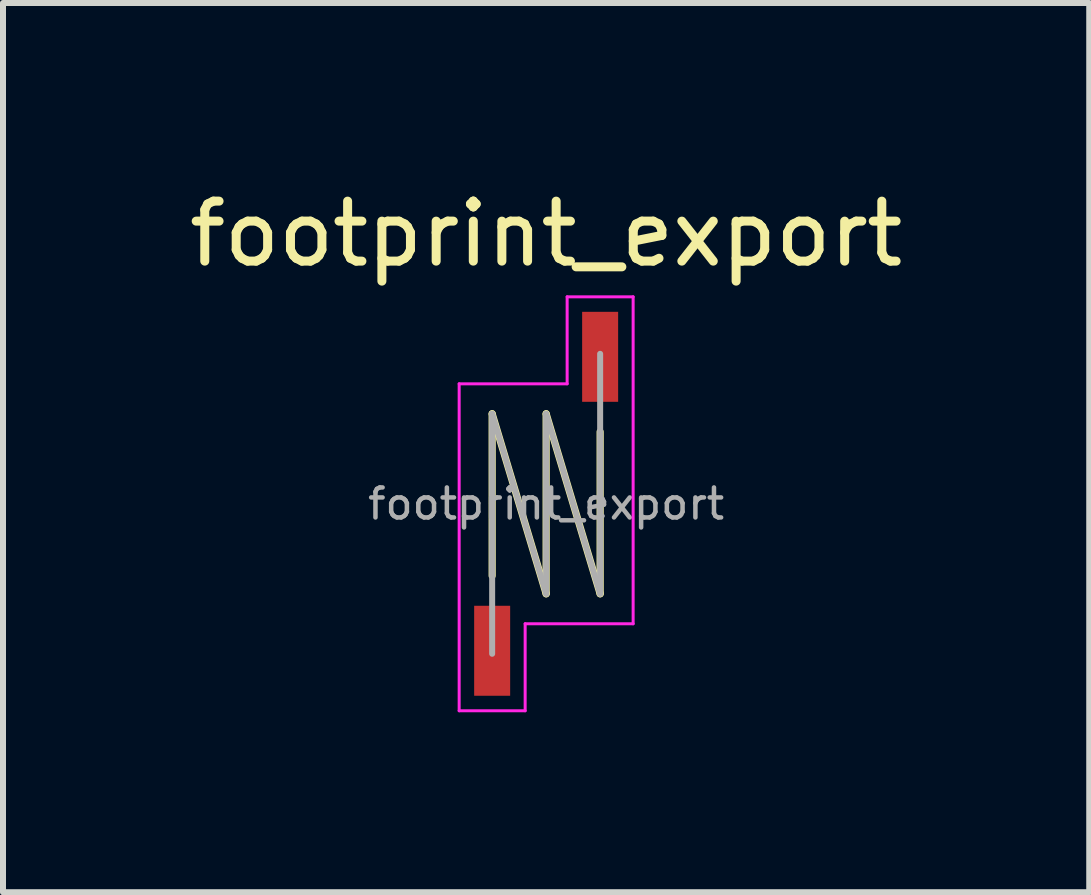
<source format=kicad_pcb>
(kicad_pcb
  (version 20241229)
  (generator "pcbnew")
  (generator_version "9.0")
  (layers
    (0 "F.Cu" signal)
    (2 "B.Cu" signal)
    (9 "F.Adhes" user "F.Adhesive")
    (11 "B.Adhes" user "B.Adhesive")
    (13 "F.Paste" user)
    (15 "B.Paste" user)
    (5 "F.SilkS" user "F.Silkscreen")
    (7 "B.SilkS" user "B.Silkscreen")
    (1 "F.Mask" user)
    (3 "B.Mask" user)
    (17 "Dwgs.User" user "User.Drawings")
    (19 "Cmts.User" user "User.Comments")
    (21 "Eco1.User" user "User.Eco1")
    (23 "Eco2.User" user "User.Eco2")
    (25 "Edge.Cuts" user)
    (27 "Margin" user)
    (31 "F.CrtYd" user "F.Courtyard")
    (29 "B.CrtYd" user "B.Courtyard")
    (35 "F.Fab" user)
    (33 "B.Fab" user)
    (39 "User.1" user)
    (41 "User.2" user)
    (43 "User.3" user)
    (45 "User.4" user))
  (footprint "footprint_export"
    (layer "F.Cu")
    (at 6.054 5.348)
    (property "Reference" "footprint_export" (at 0 -4.5 0) (layer "F.SilkS") (effects (font (size 1 1) (thickness 0.15))))
    (attr smd)
    (fp_line (start -0.9 -1.5) (end 0 1.5) (stroke (width 0.12) (type solid)) (layer "F.SilkS"))
    (fp_line (start -0.9 1.2) (end -0.9 -1.5) (stroke (width 0.12) (type solid)) (layer "F.SilkS"))
    (fp_line (start 0 -1.5) (end 0.9 1.5) (stroke (width 0.12) (type solid)) (layer "F.SilkS"))
    (fp_line (start 0 1.5) (end 0 -1.5) (stroke (width 0.12) (type solid)) (layer "F.SilkS"))
    (fp_line (start 0.9 -1.2) (end 0.9 1.5) (stroke (width 0.12) (type solid)) (layer "F.SilkS"))
    (fp_line (start -1.45 -2) (end -1.45 3.45) (stroke (width 0.05) (type solid)) (layer "F.CrtYd"))
    (fp_line (start -1.45 3.45) (end -0.35 3.45) (stroke (width 0.05) (type solid)) (layer "F.CrtYd"))
    (fp_line (start -0.35 2) (end 1.45 2) (stroke (width 0.05) (type solid)) (layer "F.CrtYd"))
    (fp_line (start -0.35 3.45) (end -0.35 2) (stroke (width 0.05) (type solid)) (layer "F.CrtYd"))
    (fp_line (start 0.35 -3.45) (end 0.35 -2) (stroke (width 0.05) (type solid)) (layer "F.CrtYd"))
    (fp_line (start 0.35 -2) (end -1.45 -2) (stroke (width 0.05) (type solid)) (layer "F.CrtYd"))
    (fp_line (start 1.45 -3.45) (end 0.35 -3.45) (stroke (width 0.05) (type solid)) (layer "F.CrtYd"))
    (fp_line (start 1.45 2) (end 1.45 -3.45) (stroke (width 0.05) (type solid)) (layer "F.CrtYd"))
    (fp_line (start -0.9 -1.5) (end 0 1.5) (stroke (width 0.1) (type solid)) (layer "F.Fab"))
    (fp_line (start -0.9 2.5) (end -0.9 -1.5) (stroke (width 0.1) (type solid)) (layer "F.Fab"))
    (fp_line (start 0 -1.5) (end 0.9 1.5) (stroke (width 0.1) (type solid)) (layer "F.Fab"))
    (fp_line (start 0 1.5) (end 0 -1.5) (stroke (width 0.1) (type solid)) (layer "F.Fab"))
    (fp_line (start 0.9 1.5) (end 0.9 -2.5) (stroke (width 0.1) (type solid)) (layer "F.Fab"))
    (fp_text user "${REFERENCE}" (at 0 0 0) (layer "F.Fab") (effects (font (size 0.5 0.5) (thickness 0.075))))
    (pad "1" smd rect (at -0.9 2.45) (size 0.6 1.5) (layers "F.Cu" "F.Mask" "F.Paste"))
    (pad "2" smd rect (at 0.9 -2.45) (size 0.6 1.5) (layers "F.Cu" "F.Mask" "F.Paste")))
  (gr_rect
    (start -3 -3)
    (end 15.107 11.823)
    (stroke (width 0.1) (type default))
    (fill no)
    (layer "Edge.Cuts")))
</source>
